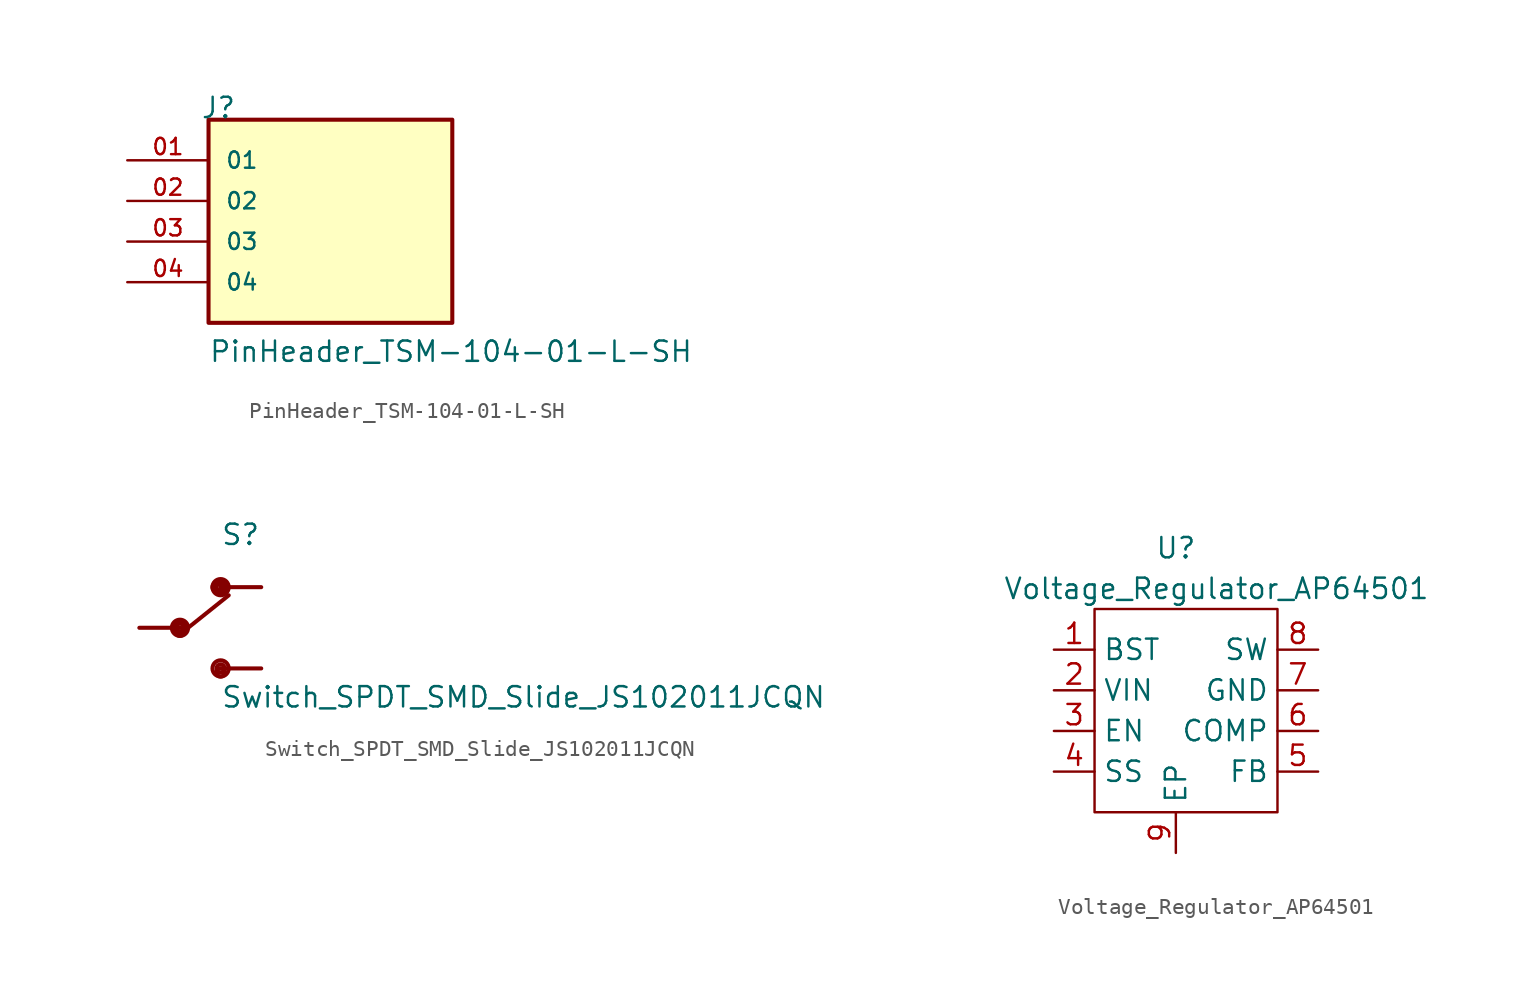
<source format=kicad_sym>
(kicad_symbol_lib
  (version 20231120)
  (generator "kicad_symbol_editor")
  (generator_version "8.0")
  (symbol "PinHeader_TSM-104-01-L-SH"
    (pin_names
      (offset 1.016))
    (property "Reference" "J"
      (at -8.128 7.62 0)
      (effects (font (size 1.27 1.27)) (justify left bottom)))
    (property "Value" "PinHeader_TSM-104-01-L-SH"
      (at -7.62 -7.62 0)
      (effects (font (size 1.27 1.27)) (justify left bottom)))
    (symbol "PinHeader_TSM-104-01-L-SH_0_0"
      (rectangle (start -7.62 -5.08) (end 7.62 7.62) (stroke (width 0.254) (type default)) (fill (type background)))
      (pin passive line (at -12.7 5.08 0) (length 5.08) (name "01" (effects (font (size 1.016 1.016)))) (number "01" (effects (font (size 1.016 1.016)))))
      (pin passive line (at -12.7 2.54 0) (length 5.08) (name "02" (effects (font (size 1.016 1.016)))) (number "02" (effects (font (size 1.016 1.016)))))
      (pin passive line (at -12.7 0 0) (length 5.08) (name "03" (effects (font (size 1.016 1.016)))) (number "03" (effects (font (size 1.016 1.016)))))
      (pin passive line (at -12.7 -2.54 0) (length 5.08) (name "04" (effects (font (size 1.016 1.016)))) (number "04" (effects (font (size 1.016 1.016)))))))
  (symbol "Switch_SPDT_SMD_Slide_JS102011JCQN"
    (pin_numbers hide)
    (pin_names
      (offset 1.016) hide)
    (property "Reference" "S"
      (at 0 5.08 0)
      (effects (font (size 1.27 1.27)) (justify left bottom)))
    (property "Value" "Switch_SPDT_SMD_Slide_JS102011JCQN"
      (at 0 -5.08 0)
      (effects (font (size 1.27 1.27)) (justify left bottom)))
    (property "ki_locked" ""
      (at 0 0 0)
      (effects (font (size 1.27 1.27))))
    (symbol "Switch_SPDT_SMD_Slide_JS102011JCQN_0_0"
      (circle (center -2.54 -0.254) (radius 0.254) (stroke (width 0.254) (type default)) (fill (type none)))
      (circle (center -2.54 0) (radius 0.254) (stroke (width 0.254) (type default)) (fill (type none)))
      (circle (center -2.54 0) (radius 0.356) (stroke (width 0.254) (type default)) (fill (type none)))
      (circle (center -2.54 0) (radius 0.508) (stroke (width 0.254) (type default)) (fill (type none)))
      (circle (center -0.254 2.54) (radius 0.254) (stroke (width 0.254) (type default)) (fill (type none)))
      (circle (center 0 -2.794) (radius 0.254) (stroke (width 0.254) (type default)) (fill (type none)))
      (circle (center 0 -2.54) (radius 0.254) (stroke (width 0.254) (type default)) (fill (type none)))
      (circle (center 0 -2.54) (radius 0.508) (stroke (width 0.254) (type default)) (fill (type none)))
      (polyline (pts (xy -5.08 0) (xy -2.54 0)) (stroke (width 0.254) (type default)) (fill (type none)))
      (polyline (pts (xy -2.032 0) (xy 0.508 2.032)) (stroke (width 0.254) (type default)) (fill (type none)))
      (polyline (pts (xy 0 -2.54) (xy 2.54 -2.54)) (stroke (width 0.254) (type default)) (fill (type none)))
      (polyline (pts (xy 0 2.54) (xy 2.54 2.54)) (stroke (width 0.254) (type default)) (fill (type none)))
      (circle (center 0 2.54) (radius 0.254) (stroke (width 0.254) (type default)) (fill (type none)))
      (circle (center 0 2.54) (radius 0.356) (stroke (width 0.254) (type default)) (fill (type none)))
      (circle (center 0 2.54) (radius 0.356) (stroke (width 0.254) (type default)) (fill (type none)))
      (circle (center 0 2.54) (radius 0.508) (stroke (width 0.254) (type default)) (fill (type none)))
      (pin passive line (at 2.54 2.54 180) (length 2.54) (name "~" (effects (font (size 1.016 1.016)))) (number "1" (effects (font (size 1.016 1.016)))))
      (pin passive line (at -5.08 0 0) (length 2.54) (name "~" (effects (font (size 1.016 1.016)))) (number "2" (effects (font (size 1.016 1.016)))))
      (pin passive line (at 2.54 -2.54 180) (length 2.54) (name "~" (effects (font (size 1.016 1.016)))) (number "3" (effects (font (size 1.016 1.016)))))))
  (symbol "Voltage_Regulator_AP64501"
    (property "Reference" "U"
      (at 5.08 3.81 0)
      (effects (font (size 1.27 1.27))))
    (property "Value" "Voltage_Regulator_AP64501"
      (at 7.62 1.27 0)
      (effects (font (size 1.27 1.27))))
    (symbol "Voltage_Regulator_AP64501_0_1"
      (rectangle (start 0 0) (end 11.43 -12.7) (stroke (width 0) (type default)) (fill (type none))))
    (symbol "Voltage_Regulator_AP64501_1_1"
      (pin passive line (at -2.54 -2.54 0) (length 2.54) (name "BST" (effects (font (size 1.27 1.27)))) (number "1" (effects (font (size 1.27 1.27)))))
      (pin power_in line (at -2.54 -5.08 0) (length 2.54) (name "VIN" (effects (font (size 1.27 1.27)))) (number "2" (effects (font (size 1.27 1.27)))))
      (pin input line (at -2.54 -7.62 0) (length 2.54) (name "EN" (effects (font (size 1.27 1.27)))) (number "3" (effects (font (size 1.27 1.27)))))
      (pin input line (at -2.54 -10.16 0) (length 2.54) (name "SS" (effects (font (size 1.27 1.27)))) (number "4" (effects (font (size 1.27 1.27)))))
      (pin input line (at 13.97 -10.16 180) (length 2.54) (name "FB" (effects (font (size 1.27 1.27)))) (number "5" (effects (font (size 1.27 1.27)))))
      (pin input line (at 13.97 -7.62 180) (length 2.54) (name "COMP" (effects (font (size 1.27 1.27)))) (number "6" (effects (font (size 1.27 1.27)))))
      (pin power_in line (at 13.97 -5.08 180) (length 2.54) (name "GND" (effects (font (size 1.27 1.27)))) (number "7" (effects (font (size 1.27 1.27)))))
      (pin output line (at 13.97 -2.54 180) (length 2.54) (name "SW" (effects (font (size 1.27 1.27)))) (number "8" (effects (font (size 1.27 1.27)))))
      (pin passive line (at 5.08 -15.24 90) (length 2.54) (name "EP" (effects (font (size 1.27 1.27)))) (number "9" (effects (font (size 1.27 1.27))))))))
</source>
